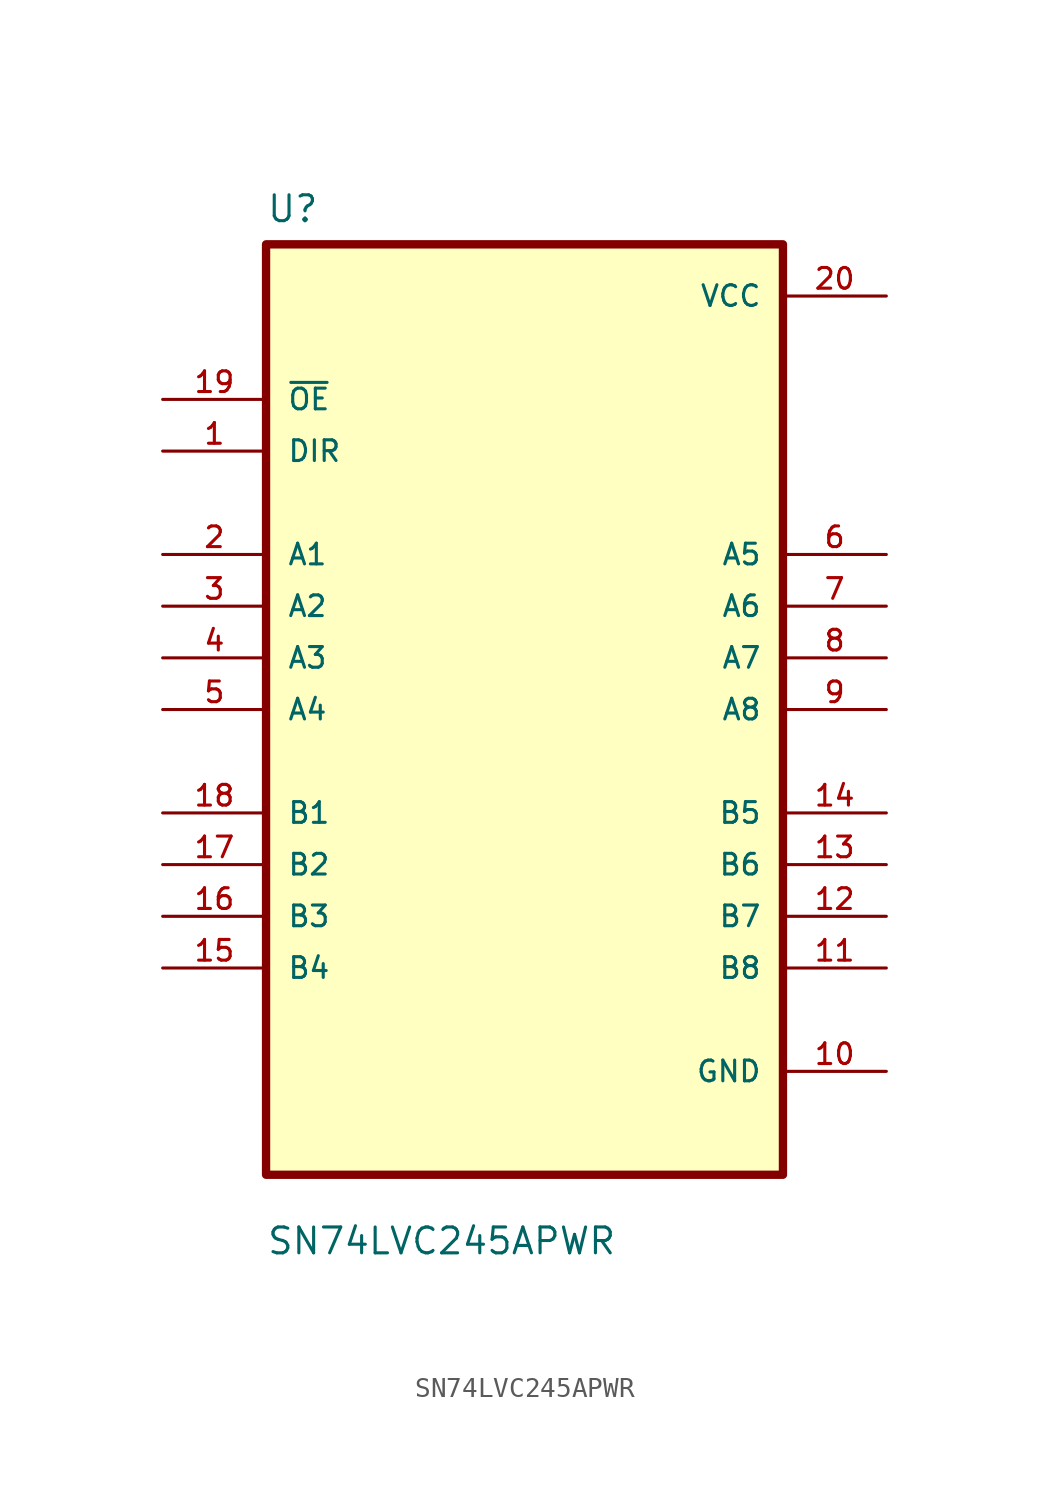
<source format=kicad_sym>
(kicad_symbol_lib
  (version 20211014)
  (generator kicad_symbol_editor)
  (symbol "SN74LVC245APWR"
    (pin_names
      (offset 1.016))
    (property "Reference" "U"
      (at -12.7 23.86 0.0)
      (effects (font (size 1.27 1.27)) (justify bottom left)))
    (property "Value" "SN74LVC245APWR"
      (at -12.7 -26.86 0.0)
      (effects (font (size 1.27 1.27)) (justify bottom left)))
    (symbol "SN74LVC245APWR_0_0"
      (rectangle (start -12.7 -22.86) (end 12.7 22.86) (stroke (width 0.41)) (fill (type background)))
      (pin input line (at -17.78 15.24 0) (length 5.08) (name "~{OE}" (effects (font (size 1.016 1.016)))) (number "19" (effects (font (size 1.016 1.016)))))
      (pin input line (at -17.78 12.7 0) (length 5.08) (name "DIR" (effects (font (size 1.016 1.016)))) (number "1" (effects (font (size 1.016 1.016)))))
      (pin bidirectional line (at -17.78 7.62 0) (length 5.08) (name "A1" (effects (font (size 1.016 1.016)))) (number "2" (effects (font (size 1.016 1.016)))))
      (pin bidirectional line (at -17.78 5.08 0) (length 5.08) (name "A2" (effects (font (size 1.016 1.016)))) (number "3" (effects (font (size 1.016 1.016)))))
      (pin bidirectional line (at -17.78 2.54 0) (length 5.08) (name "A3" (effects (font (size 1.016 1.016)))) (number "4" (effects (font (size 1.016 1.016)))))
      (pin bidirectional line (at -17.78 3.55271e-15 0) (length 5.08) (name "A4" (effects (font (size 1.016 1.016)))) (number "5" (effects (font (size 1.016 1.016)))))
      (pin bidirectional line (at -17.78 -5.08 0) (length 5.08) (name "B1" (effects (font (size 1.016 1.016)))) (number "18" (effects (font (size 1.016 1.016)))))
      (pin bidirectional line (at -17.78 -7.62 0) (length 5.08) (name "B2" (effects (font (size 1.016 1.016)))) (number "17" (effects (font (size 1.016 1.016)))))
      (pin bidirectional line (at -17.78 -10.16 0) (length 5.08) (name "B3" (effects (font (size 1.016 1.016)))) (number "16" (effects (font (size 1.016 1.016)))))
      (pin bidirectional line (at -17.78 -12.7 0) (length 5.08) (name "B4" (effects (font (size 1.016 1.016)))) (number "15" (effects (font (size 1.016 1.016)))))
      (pin power_in line (at 17.78 20.32 180.0) (length 5.08) (name "VCC" (effects (font (size 1.016 1.016)))) (number "20" (effects (font (size 1.016 1.016)))))
      (pin bidirectional line (at 17.78 7.62 180.0) (length 5.08) (name "A5" (effects (font (size 1.016 1.016)))) (number "6" (effects (font (size 1.016 1.016)))))
      (pin bidirectional line (at 17.78 5.08 180.0) (length 5.08) (name "A6" (effects (font (size 1.016 1.016)))) (number "7" (effects (font (size 1.016 1.016)))))
      (pin bidirectional line (at 17.78 2.54 180.0) (length 5.08) (name "A7" (effects (font (size 1.016 1.016)))) (number "8" (effects (font (size 1.016 1.016)))))
      (pin bidirectional line (at 17.78 0.0 180.0) (length 5.08) (name "A8" (effects (font (size 1.016 1.016)))) (number "9" (effects (font (size 1.016 1.016)))))
      (pin bidirectional line (at 17.78 -5.08 180.0) (length 5.08) (name "B5" (effects (font (size 1.016 1.016)))) (number "14" (effects (font (size 1.016 1.016)))))
      (pin bidirectional line (at 17.78 -7.62 180.0) (length 5.08) (name "B6" (effects (font (size 1.016 1.016)))) (number "13" (effects (font (size 1.016 1.016)))))
      (pin bidirectional line (at 17.78 -10.16 180.0) (length 5.08) (name "B7" (effects (font (size 1.016 1.016)))) (number "12" (effects (font (size 1.016 1.016)))))
      (pin bidirectional line (at 17.78 -12.7 180.0) (length 5.08) (name "B8" (effects (font (size 1.016 1.016)))) (number "11" (effects (font (size 1.016 1.016)))))
      (pin power_in line (at 17.78 -17.78 180.0) (length 5.08) (name "GND" (effects (font (size 1.016 1.016)))) (number "10" (effects (font (size 1.016 1.016))))))))
</source>
